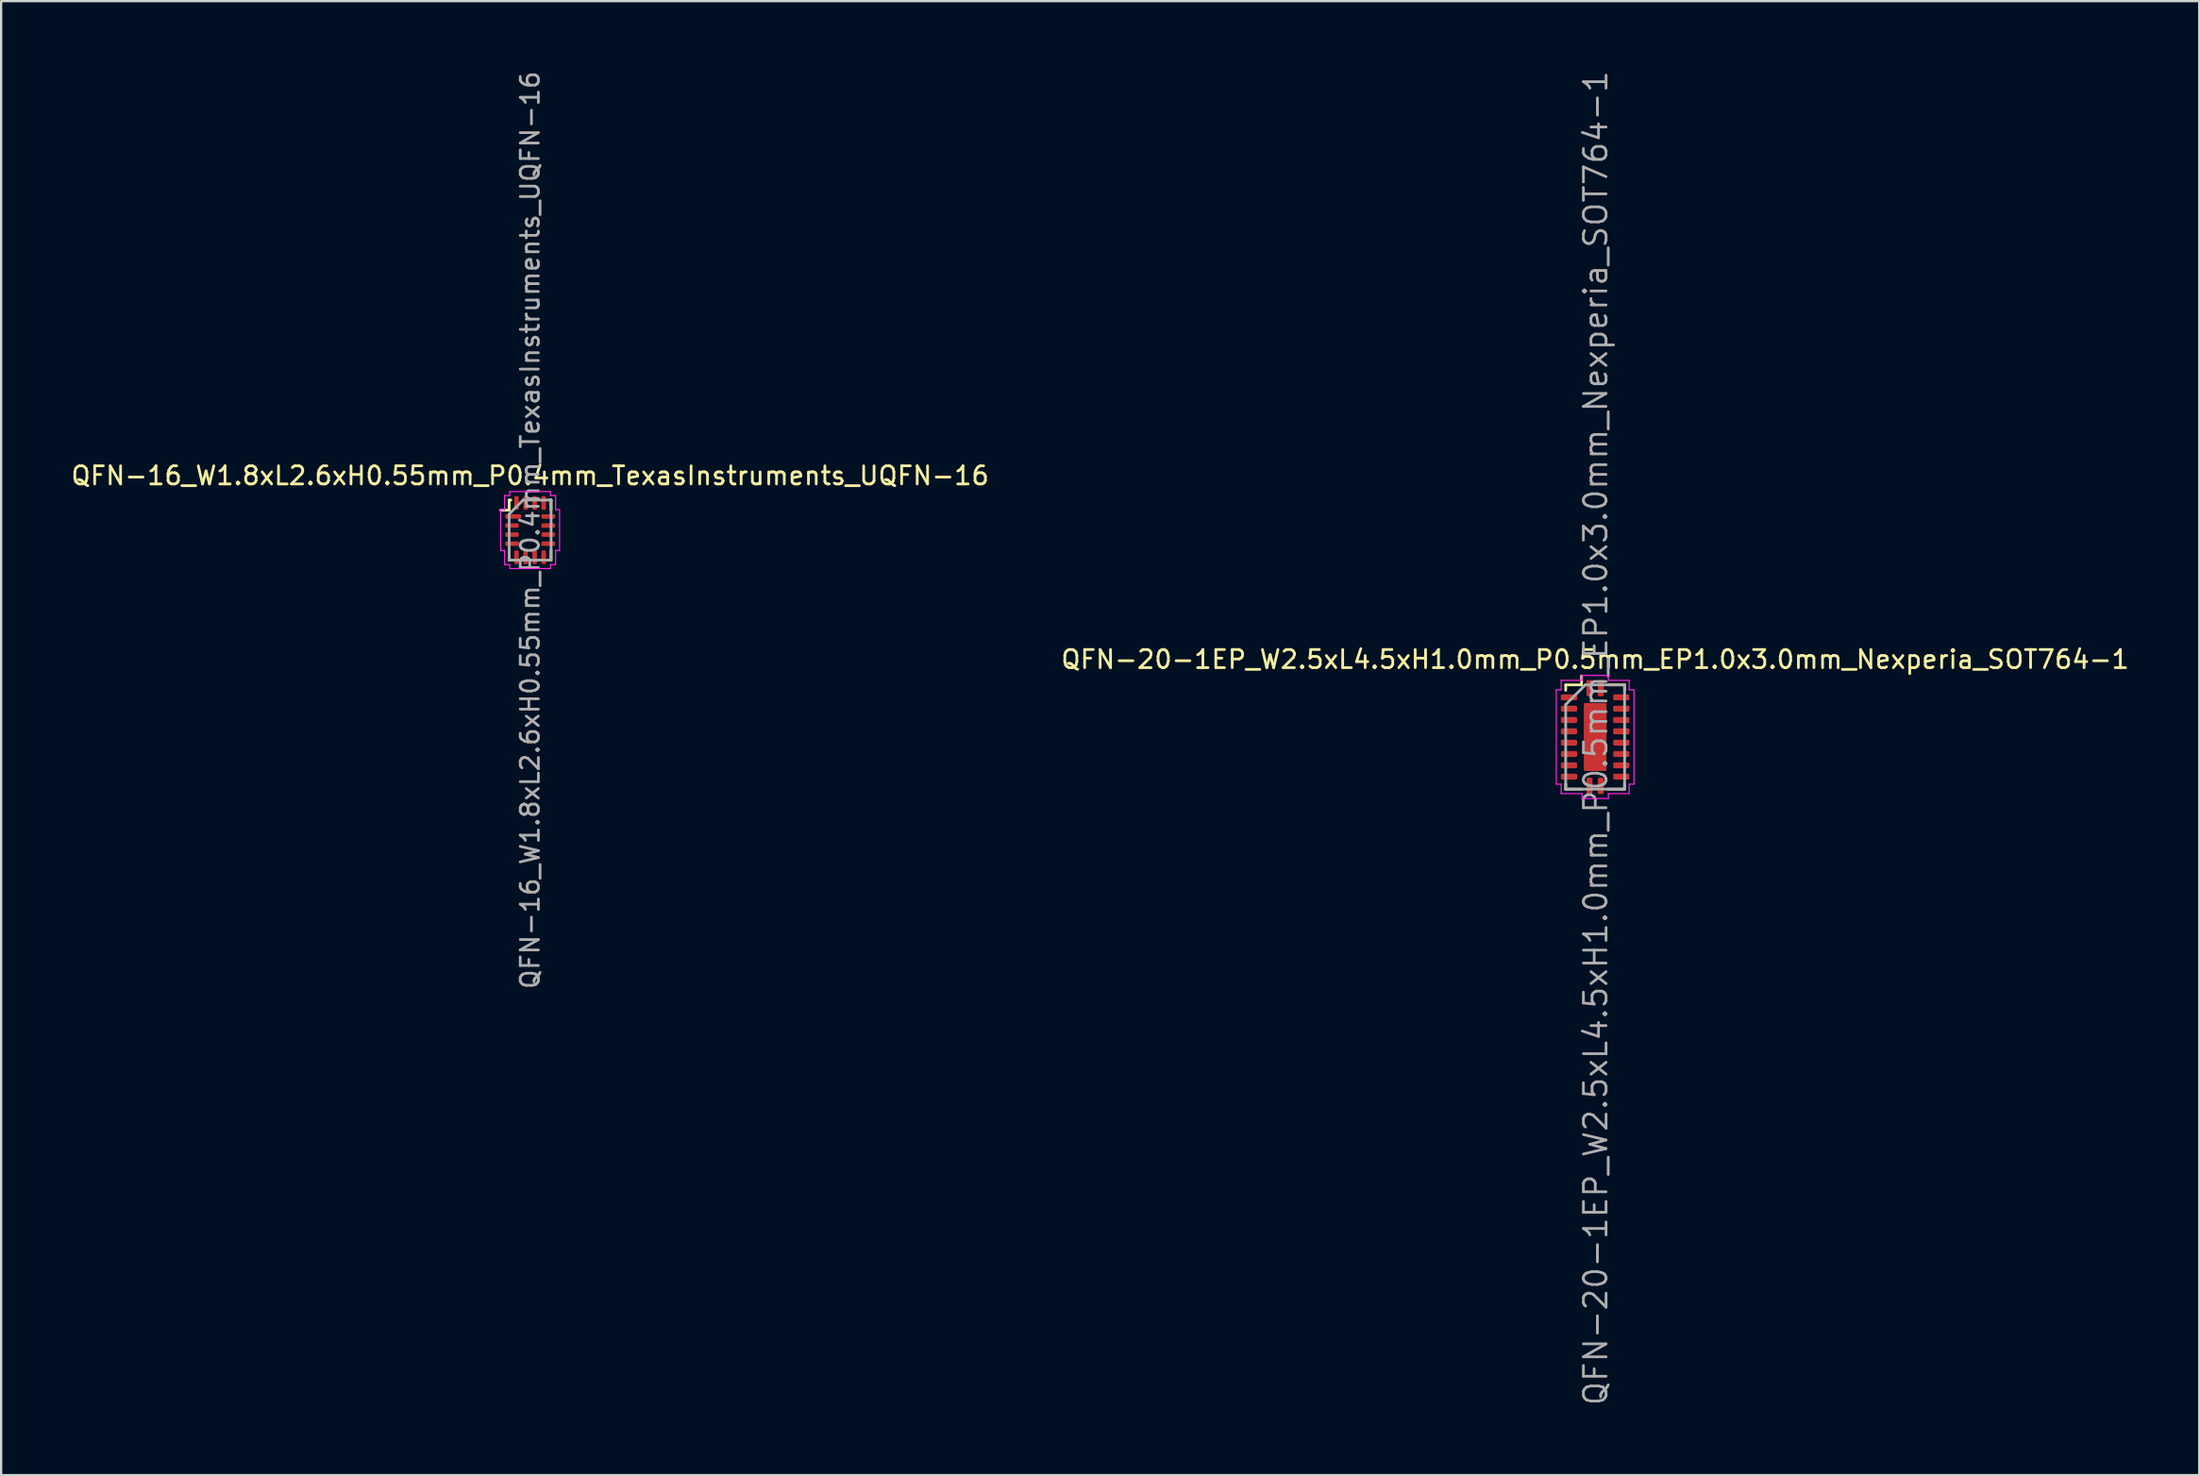
<source format=kicad_pcb>
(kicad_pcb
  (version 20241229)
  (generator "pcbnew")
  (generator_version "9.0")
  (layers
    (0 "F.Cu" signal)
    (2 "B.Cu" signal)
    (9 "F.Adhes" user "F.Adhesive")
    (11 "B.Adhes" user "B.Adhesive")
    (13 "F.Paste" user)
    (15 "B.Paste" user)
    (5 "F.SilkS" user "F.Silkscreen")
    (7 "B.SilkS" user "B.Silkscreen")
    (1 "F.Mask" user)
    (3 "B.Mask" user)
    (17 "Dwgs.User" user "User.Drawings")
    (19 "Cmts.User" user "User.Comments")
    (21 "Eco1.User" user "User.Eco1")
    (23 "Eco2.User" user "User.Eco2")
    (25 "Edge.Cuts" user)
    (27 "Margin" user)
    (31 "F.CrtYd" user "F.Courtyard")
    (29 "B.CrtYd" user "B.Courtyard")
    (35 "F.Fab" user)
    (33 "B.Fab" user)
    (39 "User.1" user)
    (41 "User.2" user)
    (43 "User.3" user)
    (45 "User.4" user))
  (footprint "QFN-16_W1.8xL2.6xH0.55mm_P0.4mm_TexasInstruments_UQFN-16"
    (layer "F.Cu")
    (at 20.348 20.348)
    (property "Reference" "QFN-16_W1.8xL2.6xH0.55mm_P0.4mm_TexasInstruments_UQFN-16" (at 0 -2.4 0) (layer "F.SilkS") (effects (font (size 0.8 0.8) (thickness 0.12))))
    (attr smd)
    (fp_line (start -1.3 -0.88) (end -0.925 -0.88) (stroke (width 0.12) (type solid)) (layer "F.SilkS"))
    (fp_line (start -0.925 -1.325) (end -0.925 -0.88) (stroke (width 0.12) (type solid)) (layer "F.SilkS"))
    (fp_line (start -0.925 1.325) (end -0.925 0.88) (stroke (width 0.12) (type solid)) (layer "F.SilkS"))
    (fp_line (start -0.85 -1.325) (end -0.925 -1.325) (stroke (width 0.12) (type solid)) (layer "F.SilkS"))
    (fp_line (start -0.85 1.325) (end -0.925 1.325) (stroke (width 0.12) (type solid)) (layer "F.SilkS"))
    (fp_line (start 0.925 -1.325) (end 0.85 -1.325) (stroke (width 0.12) (type solid)) (layer "F.SilkS"))
    (fp_line (start 0.925 -1.325) (end 0.925 -0.88) (stroke (width 0.12) (type solid)) (layer "F.SilkS"))
    (fp_line (start 0.925 1.325) (end 0.85 1.325) (stroke (width 0.12) (type solid)) (layer "F.SilkS"))
    (fp_line (start 0.925 1.325) (end 0.925 0.88) (stroke (width 0.12) (type solid)) (layer "F.SilkS"))
    (fp_line (start -1.3 -0.9) (end -1.3 0.9) (stroke (width 0.05) (type solid)) (layer "F.CrtYd"))
    (fp_line (start -1.3 0.9) (end -1.125 0.9) (stroke (width 0.05) (type solid)) (layer "F.CrtYd"))
    (fp_line (start -1.125 -1.525) (end -1.125 -0.9) (stroke (width 0.05) (type solid)) (layer "F.CrtYd"))
    (fp_line (start -1.125 -0.9) (end -1.3 -0.9) (stroke (width 0.05) (type solid)) (layer "F.CrtYd"))
    (fp_line (start -1.125 0.9) (end -1.125 1.525) (stroke (width 0.05) (type solid)) (layer "F.CrtYd"))
    (fp_line (start -1.125 1.525) (end -0.9 1.525) (stroke (width 0.05) (type solid)) (layer "F.CrtYd"))
    (fp_line (start -0.9 -1.7) (end -0.9 -1.525) (stroke (width 0.05) (type solid)) (layer "F.CrtYd"))
    (fp_line (start -0.9 -1.525) (end -1.125 -1.525) (stroke (width 0.05) (type solid)) (layer "F.CrtYd"))
    (fp_line (start -0.9 1.525) (end -0.9 1.7) (stroke (width 0.05) (type solid)) (layer "F.CrtYd"))
    (fp_line (start -0.9 1.7) (end 0.9 1.7) (stroke (width 0.05) (type solid)) (layer "F.CrtYd"))
    (fp_line (start 0.9 -1.7) (end -0.9 -1.7) (stroke (width 0.05) (type solid)) (layer "F.CrtYd"))
    (fp_line (start 0.9 -1.525) (end 0.9 -1.7) (stroke (width 0.05) (type solid)) (layer "F.CrtYd"))
    (fp_line (start 0.9 1.525) (end 1.125 1.525) (stroke (width 0.05) (type solid)) (layer "F.CrtYd"))
    (fp_line (start 0.9 1.7) (end 0.9 1.525) (stroke (width 0.05) (type solid)) (layer "F.CrtYd"))
    (fp_line (start 1.125 -1.525) (end 0.9 -1.525) (stroke (width 0.05) (type solid)) (layer "F.CrtYd"))
    (fp_line (start 1.125 -0.9) (end 1.125 -1.525) (stroke (width 0.05) (type solid)) (layer "F.CrtYd"))
    (fp_line (start 1.125 0.9) (end 1.3 0.9) (stroke (width 0.05) (type solid)) (layer "F.CrtYd"))
    (fp_line (start 1.125 1.525) (end 1.125 0.9) (stroke (width 0.05) (type solid)) (layer "F.CrtYd"))
    (fp_line (start 1.3 -0.9) (end 1.125 -0.9) (stroke (width 0.05) (type solid)) (layer "F.CrtYd"))
    (fp_line (start 1.3 0.9) (end 1.3 -0.9) (stroke (width 0.05) (type solid)) (layer "F.CrtYd"))
    (fp_line (start -0.925 -0.708) (end -0.308 -1.325) (stroke (width 0.12) (type solid)) (layer "F.Fab"))
    (fp_line (start -0.925 1.325) (end -0.925 -0.708) (stroke (width 0.12) (type solid)) (layer "F.Fab"))
    (fp_line (start -0.308 -1.325) (end 0.925 -1.325) (stroke (width 0.12) (type solid)) (layer "F.Fab"))
    (fp_line (start 0.925 -1.325) (end 0.925 1.325) (stroke (width 0.12) (type solid)) (layer "F.Fab"))
    (fp_line (start 0.925 1.325) (end -0.925 1.325) (stroke (width 0.12) (type solid)) (layer "F.Fab"))
    (fp_text user "${REFERENCE}" (at 0 0 90) (layer "F.Fab") (effects (font (size 0.8 0.8) (thickness 0.12))))
    (pad "1" smd roundrect (at -0.75 -0.6) (size 0.7 0.2) (layers "F.Cu" "F.Mask" "F.Paste") (roundrect_rratio 0.25))
    (pad "2" smd roundrect (at -0.8 -0.2) (size 0.6 0.2) (layers "F.Cu" "F.Mask" "F.Paste") (roundrect_rratio 0.25))
    (pad "3" smd roundrect (at -0.8 0.2) (size 0.6 0.2) (layers "F.Cu" "F.Mask" "F.Paste") (roundrect_rratio 0.25))
    (pad "4" smd roundrect (at -0.8 0.6) (size 0.6 0.2) (layers "F.Cu" "F.Mask" "F.Paste") (roundrect_rratio 0.25))
    (pad "5" smd roundrect (at -0.6 1.2 90) (size 0.6 0.2) (layers "F.Cu" "F.Mask" "F.Paste") (roundrect_rratio 0.25))
    (pad "6" smd roundrect (at -0.2 1.2 90) (size 0.6 0.2) (layers "F.Cu" "F.Mask" "F.Paste") (roundrect_rratio 0.25))
    (pad "7" smd roundrect (at 0.2 1.2 90) (size 0.6 0.2) (layers "F.Cu" "F.Mask" "F.Paste") (roundrect_rratio 0.25))
    (pad "8" smd roundrect (at 0.6 1.2 90) (size 0.6 0.2) (layers "F.Cu" "F.Mask" "F.Paste") (roundrect_rratio 0.25))
    (pad "9" smd roundrect (at 0.8 0.6) (size 0.6 0.2) (layers "F.Cu" "F.Mask" "F.Paste") (roundrect_rratio 0.25))
    (pad "10" smd roundrect (at 0.8 0.2) (size 0.6 0.2) (layers "F.Cu" "F.Mask" "F.Paste") (roundrect_rratio 0.25))
    (pad "11" smd roundrect (at 0.8 -0.2) (size 0.6 0.2) (layers "F.Cu" "F.Mask" "F.Paste") (roundrect_rratio 0.25))
    (pad "12" smd roundrect (at 0.8 -0.6) (size 0.6 0.2) (layers "F.Cu" "F.Mask" "F.Paste") (roundrect_rratio 0.25))
    (pad "13" smd roundrect (at 0.6 -1.2 90) (size 0.6 0.2) (layers "F.Cu" "F.Mask" "F.Paste") (roundrect_rratio 0.25))
    (pad "14" smd roundrect (at 0.2 -1.2 90) (size 0.6 0.2) (layers "F.Cu" "F.Mask" "F.Paste") (roundrect_rratio 0.25))
    (pad "15" smd roundrect (at -0.2 -1.2 90) (size 0.6 0.2) (layers "F.Cu" "F.Mask" "F.Paste") (roundrect_rratio 0.25))
    (pad "16" smd roundrect (at -0.6 -1.2 90) (size 0.6 0.2) (layers "F.Cu" "F.Mask" "F.Paste") (roundrect_rratio 0.25)))
  (footprint "QFN-20-1EP_W2.5xL4.5xH1.0mm_P0.5mm_EP1.0x3.0mm_Nexperia_SOT764-1"
    (layer "F.Cu")
    (at 67.357 29.482)
    (property "Reference" "QFN-20-1EP_W2.5xL4.5xH1.0mm_P0.5mm_EP1.0x3.0mm_Nexperia_SOT764-1" (at 0 -3.425 0) (layer "F.SilkS") (effects (font (size 0.8 0.8) (thickness 0.12))))
    (attr smd)
    (fp_line (start -1.3 -2.3) (end -0.6 -2.3) (stroke (width 0.12) (type solid)) (layer "F.SilkS"))
    (fp_line (start -1.3 -2.062) (end -1.3 -2.3) (stroke (width 0.12) (type solid)) (layer "F.SilkS"))
    (fp_line (start -1.3 2.062) (end -1.3 2.3) (stroke (width 0.12) (type solid)) (layer "F.SilkS"))
    (fp_line (start -1.3 2.3) (end -0.562 2.3) (stroke (width 0.12) (type solid)) (layer "F.SilkS"))
    (fp_line (start -0.6 -2.7) (end -0.6 -2.3) (stroke (width 0.12) (type solid)) (layer "F.SilkS"))
    (fp_line (start 1.3 -2.3) (end 0.562 -2.3) (stroke (width 0.12) (type solid)) (layer "F.SilkS"))
    (fp_line (start 1.3 -2.062) (end 1.3 -2.3) (stroke (width 0.12) (type solid)) (layer "F.SilkS"))
    (fp_line (start 1.3 2.062) (end 1.3 2.3) (stroke (width 0.12) (type solid)) (layer "F.SilkS"))
    (fp_line (start 1.3 2.3) (end 0.562 2.3) (stroke (width 0.12) (type solid)) (layer "F.SilkS"))
    (fp_line (start -1.715 -2.082) (end -1.715 2.082) (stroke (width 0.05) (type solid)) (layer "F.CrtYd"))
    (fp_line (start -1.715 2.082) (end -1.5 2.082) (stroke (width 0.05) (type solid)) (layer "F.CrtYd"))
    (fp_line (start -1.5 -2.5) (end -1.5 -2.082) (stroke (width 0.05) (type solid)) (layer "F.CrtYd"))
    (fp_line (start -1.5 -2.082) (end -1.715 -2.082) (stroke (width 0.05) (type solid)) (layer "F.CrtYd"))
    (fp_line (start -1.5 2.082) (end -1.5 2.5) (stroke (width 0.05) (type solid)) (layer "F.CrtYd"))
    (fp_line (start -1.5 2.5) (end -0.582 2.5) (stroke (width 0.05) (type solid)) (layer "F.CrtYd"))
    (fp_line (start -0.582 -2.715) (end -0.582 -2.5) (stroke (width 0.05) (type solid)) (layer "F.CrtYd"))
    (fp_line (start -0.582 -2.5) (end -1.5 -2.5) (stroke (width 0.05) (type solid)) (layer "F.CrtYd"))
    (fp_line (start -0.582 2.5) (end -0.582 2.715) (stroke (width 0.05) (type solid)) (layer "F.CrtYd"))
    (fp_line (start -0.582 2.715) (end 0.582 2.715) (stroke (width 0.05) (type solid)) (layer "F.CrtYd"))
    (fp_line (start 0.582 -2.715) (end -0.582 -2.715) (stroke (width 0.05) (type solid)) (layer "F.CrtYd"))
    (fp_line (start 0.582 -2.5) (end 0.582 -2.715) (stroke (width 0.05) (type solid)) (layer "F.CrtYd"))
    (fp_line (start 0.582 2.5) (end 1.5 2.5) (stroke (width 0.05) (type solid)) (layer "F.CrtYd"))
    (fp_line (start 0.582 2.715) (end 0.582 2.5) (stroke (width 0.05) (type solid)) (layer "F.CrtYd"))
    (fp_line (start 1.5 -2.5) (end 0.582 -2.5) (stroke (width 0.05) (type solid)) (layer "F.CrtYd"))
    (fp_line (start 1.5 -2.082) (end 1.5 -2.5) (stroke (width 0.05) (type solid)) (layer "F.CrtYd"))
    (fp_line (start 1.5 2.082) (end 1.715 2.082) (stroke (width 0.05) (type solid)) (layer "F.CrtYd"))
    (fp_line (start 1.5 2.5) (end 1.5 2.082) (stroke (width 0.05) (type solid)) (layer "F.CrtYd"))
    (fp_line (start 1.715 -2.082) (end 1.5 -2.082) (stroke (width 0.05) (type solid)) (layer "F.CrtYd"))
    (fp_line (start 1.715 2.082) (end 1.715 -2.082) (stroke (width 0.05) (type solid)) (layer "F.CrtYd"))
    (fp_line (start -1.3 -1.433) (end -0.433 -2.3) (stroke (width 0.12) (type solid)) (layer "F.Fab"))
    (fp_line (start -1.3 2.3) (end -1.3 -1.433) (stroke (width 0.12) (type solid)) (layer "F.Fab"))
    (fp_line (start -0.433 -2.3) (end 1.3 -2.3) (stroke (width 0.12) (type solid)) (layer "F.Fab"))
    (fp_line (start 1.3 -2.3) (end 1.3 2.3) (stroke (width 0.12) (type solid)) (layer "F.Fab"))
    (fp_line (start 1.3 2.3) (end -1.3 2.3) (stroke (width 0.12) (type solid)) (layer "F.Fab"))
    (fp_text user "${REFERENCE}" (at 0.025 0.05 90) (layer "F.Fab") (effects (font (size 1 1) (thickness 0.12))))
    (pad "" smd rect (at 0 -0.75) (size 0.674 1.336) (layers "F.Paste"))
    (pad "" smd rect (at 0 0.75) (size 0.674 1.336) (layers "F.Paste"))
    (pad "1" smd roundrect (at -0.25 -2.155 90) (size 0.72 0.264) (layers "F.Cu" "F.Mask" "F.Paste") (roundrect_rratio 0.25))
    (pad "2" smd roundrect (at -1.155 -1.75) (size 0.72 0.264) (layers "F.Cu" "F.Mask" "F.Paste") (roundrect_rratio 0.25))
    (pad "3" smd roundrect (at -1.155 -1.25) (size 0.72 0.264) (layers "F.Cu" "F.Mask" "F.Paste") (roundrect_rratio 0.25))
    (pad "4" smd roundrect (at -1.155 -0.75) (size 0.72 0.264) (layers "F.Cu" "F.Mask" "F.Paste") (roundrect_rratio 0.25))
    (pad "5" smd roundrect (at -1.155 -0.25) (size 0.72 0.264) (layers "F.Cu" "F.Mask" "F.Paste") (roundrect_rratio 0.25))
    (pad "6" smd roundrect (at -1.155 0.25) (size 0.72 0.264) (layers "F.Cu" "F.Mask" "F.Paste") (roundrect_rratio 0.25))
    (pad "7" smd roundrect (at -1.155 0.75) (size 0.72 0.264) (layers "F.Cu" "F.Mask" "F.Paste") (roundrect_rratio 0.25))
    (pad "8" smd roundrect (at -1.155 1.25) (size 0.72 0.264) (layers "F.Cu" "F.Mask" "F.Paste") (roundrect_rratio 0.25))
    (pad "9" smd roundrect (at -1.155 1.75) (size 0.72 0.264) (layers "F.Cu" "F.Mask" "F.Paste") (roundrect_rratio 0.25))
    (pad "10" smd roundrect (at -0.25 2.155 90) (size 0.72 0.264) (layers "F.Cu" "F.Mask" "F.Paste") (roundrect_rratio 0.25))
    (pad "11" smd roundrect (at 0.25 2.155 90) (size 0.72 0.264) (layers "F.Cu" "F.Mask" "F.Paste") (roundrect_rratio 0.25))
    (pad "12" smd roundrect (at 1.155 1.75) (size 0.72 0.264) (layers "F.Cu" "F.Mask" "F.Paste") (roundrect_rratio 0.25))
    (pad "13" smd roundrect (at 1.155 1.25) (size 0.72 0.264) (layers "F.Cu" "F.Mask" "F.Paste") (roundrect_rratio 0.25))
    (pad "14" smd roundrect (at 1.155 0.75) (size 0.72 0.264) (layers "F.Cu" "F.Mask" "F.Paste") (roundrect_rratio 0.25))
    (pad "15" smd roundrect (at 1.155 0.25) (size 0.72 0.264) (layers "F.Cu" "F.Mask" "F.Paste") (roundrect_rratio 0.25))
    (pad "16" smd roundrect (at 1.155 -0.25) (size 0.72 0.264) (layers "F.Cu" "F.Mask" "F.Paste") (roundrect_rratio 0.25))
    (pad "17" smd roundrect (at 1.155 -0.75) (size 0.72 0.264) (layers "F.Cu" "F.Mask" "F.Paste") (roundrect_rratio 0.25))
    (pad "18" smd roundrect (at 1.155 -1.25) (size 0.72 0.264) (layers "F.Cu" "F.Mask" "F.Paste") (roundrect_rratio 0.25))
    (pad "19" smd roundrect (at 1.155 -1.75) (size 0.72 0.264) (layers "F.Cu" "F.Mask" "F.Paste") (roundrect_rratio 0.25))
    (pad "20" smd roundrect (at 0.25 -2.155 90) (size 0.72 0.264) (layers "F.Cu" "F.Mask" "F.Paste") (roundrect_rratio 0.25))
    (pad "21" smd roundrect (at 0 0) (size 1 3) (layers "F.Cu" "F.Mask") (roundrect_rratio 0.05)))
  (gr_rect
    (start -3 -3)
    (end 94.019 62.065)
    (stroke (width 0.1) (type default))
    (fill no)
    (layer "Edge.Cuts")))
</source>
